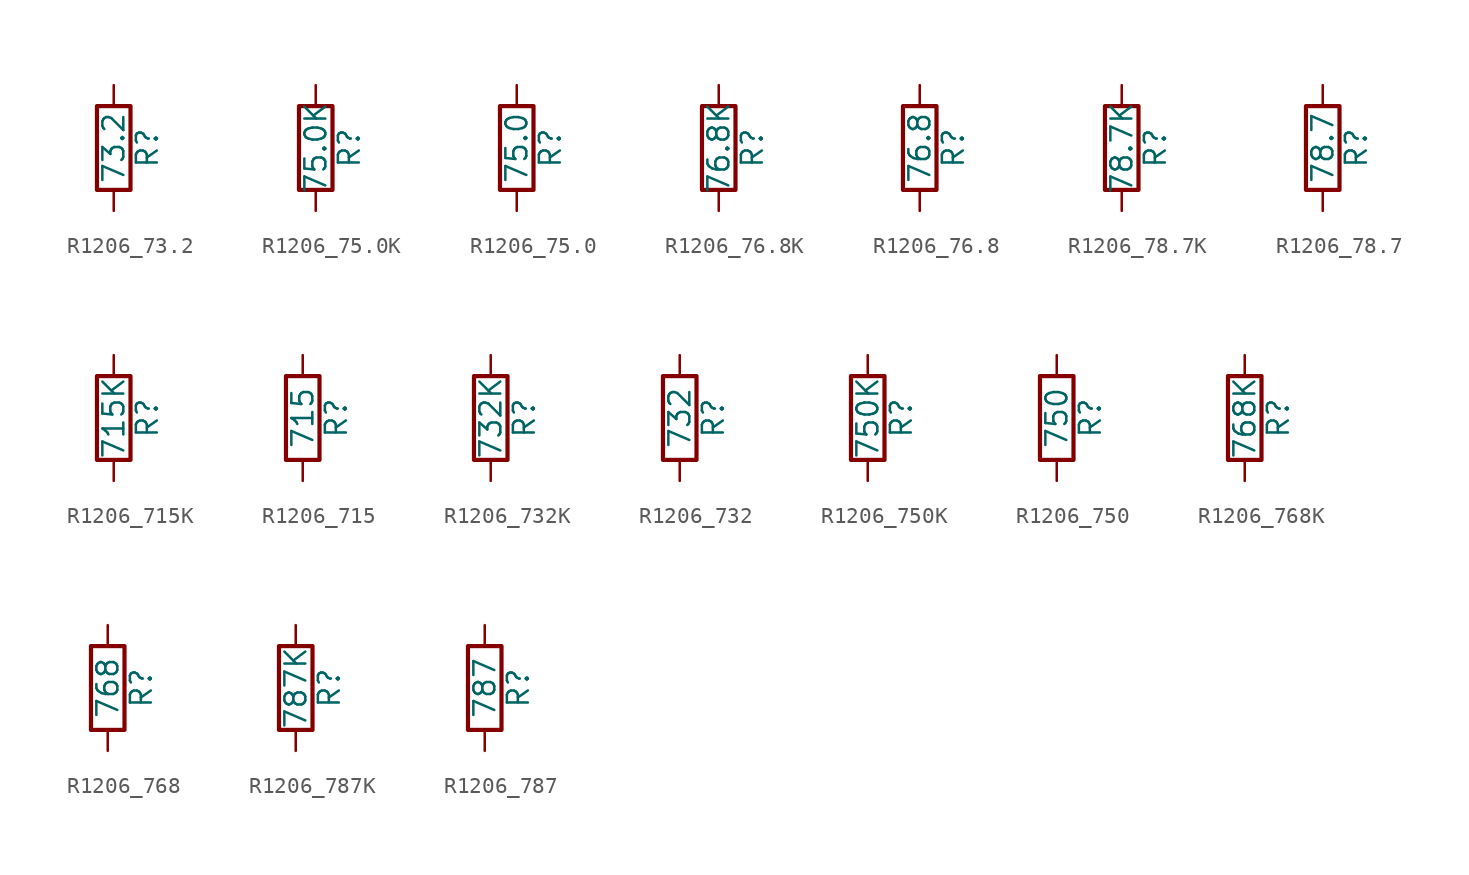
<source format=kicad_sym>
(kicad_symbol_lib
  (version 20211014)
  (generator atlantix-eda)
  (symbol "R1206_73.2"
    (pin_numbers hide)
    (pin_names
      (offset 0))
    (property "Reference" "R"
      (at 2.032 0 90)
      (effects (font (size 1.27 1.27))))
    (property "Value" "73.2"
      (at 0 0 90)
      (effects (font (size 1.27 1.27))))
    (symbol "R1206_73.2_0_1"
      (rectangle (start -1.016 -2.54) (end 1.016 2.54) (stroke (width 0.254) (type default) (color 0 0 0 0)) (fill (type none))))
    (symbol "R1206_73.2_1_1"
      (pin passive line (at 0 3.81 270) (length 1.27) (name "~" (effects (font (size 1.27 1.27)))) (number "1" (effects (font (size 1.27 1.27)))))
      (pin passive line (at 0 -3.81 90) (length 1.27) (name "~" (effects (font (size 1.27 1.27)))) (number "2" (effects (font (size 1.27 1.27)))))))
  (symbol "R1206_75.0K"
    (pin_numbers hide)
    (pin_names
      (offset 0))
    (property "Reference" "R"
      (at 2.032 0 90)
      (effects (font (size 1.27 1.27))))
    (property "Value" "75.0K"
      (at 0 0 90)
      (effects (font (size 1.27 1.27))))
    (symbol "R1206_75.0K_0_1"
      (rectangle (start -1.016 -2.54) (end 1.016 2.54) (stroke (width 0.254) (type default) (color 0 0 0 0)) (fill (type none))))
    (symbol "R1206_75.0K_1_1"
      (pin passive line (at 0 3.81 270) (length 1.27) (name "~" (effects (font (size 1.27 1.27)))) (number "1" (effects (font (size 1.27 1.27)))))
      (pin passive line (at 0 -3.81 90) (length 1.27) (name "~" (effects (font (size 1.27 1.27)))) (number "2" (effects (font (size 1.27 1.27)))))))
  (symbol "R1206_75.0"
    (pin_numbers hide)
    (pin_names
      (offset 0))
    (property "Reference" "R"
      (at 2.032 0 90)
      (effects (font (size 1.27 1.27))))
    (property "Value" "75.0"
      (at 0 0 90)
      (effects (font (size 1.27 1.27))))
    (symbol "R1206_75.0_0_1"
      (rectangle (start -1.016 -2.54) (end 1.016 2.54) (stroke (width 0.254) (type default) (color 0 0 0 0)) (fill (type none))))
    (symbol "R1206_75.0_1_1"
      (pin passive line (at 0 3.81 270) (length 1.27) (name "~" (effects (font (size 1.27 1.27)))) (number "1" (effects (font (size 1.27 1.27)))))
      (pin passive line (at 0 -3.81 90) (length 1.27) (name "~" (effects (font (size 1.27 1.27)))) (number "2" (effects (font (size 1.27 1.27)))))))
  (symbol "R1206_76.8K"
    (pin_numbers hide)
    (pin_names
      (offset 0))
    (property "Reference" "R"
      (at 2.032 0 90)
      (effects (font (size 1.27 1.27))))
    (property "Value" "76.8K"
      (at 0 0 90)
      (effects (font (size 1.27 1.27))))
    (symbol "R1206_76.8K_0_1"
      (rectangle (start -1.016 -2.54) (end 1.016 2.54) (stroke (width 0.254) (type default) (color 0 0 0 0)) (fill (type none))))
    (symbol "R1206_76.8K_1_1"
      (pin passive line (at 0 3.81 270) (length 1.27) (name "~" (effects (font (size 1.27 1.27)))) (number "1" (effects (font (size 1.27 1.27)))))
      (pin passive line (at 0 -3.81 90) (length 1.27) (name "~" (effects (font (size 1.27 1.27)))) (number "2" (effects (font (size 1.27 1.27)))))))
  (symbol "R1206_76.8"
    (pin_numbers hide)
    (pin_names
      (offset 0))
    (property "Reference" "R"
      (at 2.032 0 90)
      (effects (font (size 1.27 1.27))))
    (property "Value" "76.8"
      (at 0 0 90)
      (effects (font (size 1.27 1.27))))
    (symbol "R1206_76.8_0_1"
      (rectangle (start -1.016 -2.54) (end 1.016 2.54) (stroke (width 0.254) (type default) (color 0 0 0 0)) (fill (type none))))
    (symbol "R1206_76.8_1_1"
      (pin passive line (at 0 3.81 270) (length 1.27) (name "~" (effects (font (size 1.27 1.27)))) (number "1" (effects (font (size 1.27 1.27)))))
      (pin passive line (at 0 -3.81 90) (length 1.27) (name "~" (effects (font (size 1.27 1.27)))) (number "2" (effects (font (size 1.27 1.27)))))))
  (symbol "R1206_78.7K"
    (pin_numbers hide)
    (pin_names
      (offset 0))
    (property "Reference" "R"
      (at 2.032 0 90)
      (effects (font (size 1.27 1.27))))
    (property "Value" "78.7K"
      (at 0 0 90)
      (effects (font (size 1.27 1.27))))
    (symbol "R1206_78.7K_0_1"
      (rectangle (start -1.016 -2.54) (end 1.016 2.54) (stroke (width 0.254) (type default) (color 0 0 0 0)) (fill (type none))))
    (symbol "R1206_78.7K_1_1"
      (pin passive line (at 0 3.81 270) (length 1.27) (name "~" (effects (font (size 1.27 1.27)))) (number "1" (effects (font (size 1.27 1.27)))))
      (pin passive line (at 0 -3.81 90) (length 1.27) (name "~" (effects (font (size 1.27 1.27)))) (number "2" (effects (font (size 1.27 1.27)))))))
  (symbol "R1206_78.7"
    (pin_numbers hide)
    (pin_names
      (offset 0))
    (property "Reference" "R"
      (at 2.032 0 90)
      (effects (font (size 1.27 1.27))))
    (property "Value" "78.7"
      (at 0 0 90)
      (effects (font (size 1.27 1.27))))
    (symbol "R1206_78.7_0_1"
      (rectangle (start -1.016 -2.54) (end 1.016 2.54) (stroke (width 0.254) (type default) (color 0 0 0 0)) (fill (type none))))
    (symbol "R1206_78.7_1_1"
      (pin passive line (at 0 3.81 270) (length 1.27) (name "~" (effects (font (size 1.27 1.27)))) (number "1" (effects (font (size 1.27 1.27)))))
      (pin passive line (at 0 -3.81 90) (length 1.27) (name "~" (effects (font (size 1.27 1.27)))) (number "2" (effects (font (size 1.27 1.27)))))))
  (symbol "R1206_715K"
    (pin_numbers hide)
    (pin_names
      (offset 0))
    (property "Reference" "R"
      (at 2.032 0 90)
      (effects (font (size 1.27 1.27))))
    (property "Value" "715K"
      (at 0 0 90)
      (effects (font (size 1.27 1.27))))
    (symbol "R1206_715K_0_1"
      (rectangle (start -1.016 -2.54) (end 1.016 2.54) (stroke (width 0.254) (type default) (color 0 0 0 0)) (fill (type none))))
    (symbol "R1206_715K_1_1"
      (pin passive line (at 0 3.81 270) (length 1.27) (name "~" (effects (font (size 1.27 1.27)))) (number "1" (effects (font (size 1.27 1.27)))))
      (pin passive line (at 0 -3.81 90) (length 1.27) (name "~" (effects (font (size 1.27 1.27)))) (number "2" (effects (font (size 1.27 1.27)))))))
  (symbol "R1206_715"
    (pin_numbers hide)
    (pin_names
      (offset 0))
    (property "Reference" "R"
      (at 2.032 0 90)
      (effects (font (size 1.27 1.27))))
    (property "Value" "715"
      (at 0 0 90)
      (effects (font (size 1.27 1.27))))
    (symbol "R1206_715_0_1"
      (rectangle (start -1.016 -2.54) (end 1.016 2.54) (stroke (width 0.254) (type default) (color 0 0 0 0)) (fill (type none))))
    (symbol "R1206_715_1_1"
      (pin passive line (at 0 3.81 270) (length 1.27) (name "~" (effects (font (size 1.27 1.27)))) (number "1" (effects (font (size 1.27 1.27)))))
      (pin passive line (at 0 -3.81 90) (length 1.27) (name "~" (effects (font (size 1.27 1.27)))) (number "2" (effects (font (size 1.27 1.27)))))))
  (symbol "R1206_732K"
    (pin_numbers hide)
    (pin_names
      (offset 0))
    (property "Reference" "R"
      (at 2.032 0 90)
      (effects (font (size 1.27 1.27))))
    (property "Value" "732K"
      (at 0 0 90)
      (effects (font (size 1.27 1.27))))
    (symbol "R1206_732K_0_1"
      (rectangle (start -1.016 -2.54) (end 1.016 2.54) (stroke (width 0.254) (type default) (color 0 0 0 0)) (fill (type none))))
    (symbol "R1206_732K_1_1"
      (pin passive line (at 0 3.81 270) (length 1.27) (name "~" (effects (font (size 1.27 1.27)))) (number "1" (effects (font (size 1.27 1.27)))))
      (pin passive line (at 0 -3.81 90) (length 1.27) (name "~" (effects (font (size 1.27 1.27)))) (number "2" (effects (font (size 1.27 1.27)))))))
  (symbol "R1206_732"
    (pin_numbers hide)
    (pin_names
      (offset 0))
    (property "Reference" "R"
      (at 2.032 0 90)
      (effects (font (size 1.27 1.27))))
    (property "Value" "732"
      (at 0 0 90)
      (effects (font (size 1.27 1.27))))
    (symbol "R1206_732_0_1"
      (rectangle (start -1.016 -2.54) (end 1.016 2.54) (stroke (width 0.254) (type default) (color 0 0 0 0)) (fill (type none))))
    (symbol "R1206_732_1_1"
      (pin passive line (at 0 3.81 270) (length 1.27) (name "~" (effects (font (size 1.27 1.27)))) (number "1" (effects (font (size 1.27 1.27)))))
      (pin passive line (at 0 -3.81 90) (length 1.27) (name "~" (effects (font (size 1.27 1.27)))) (number "2" (effects (font (size 1.27 1.27)))))))
  (symbol "R1206_750K"
    (pin_numbers hide)
    (pin_names
      (offset 0))
    (property "Reference" "R"
      (at 2.032 0 90)
      (effects (font (size 1.27 1.27))))
    (property "Value" "750K"
      (at 0 0 90)
      (effects (font (size 1.27 1.27))))
    (symbol "R1206_750K_0_1"
      (rectangle (start -1.016 -2.54) (end 1.016 2.54) (stroke (width 0.254) (type default) (color 0 0 0 0)) (fill (type none))))
    (symbol "R1206_750K_1_1"
      (pin passive line (at 0 3.81 270) (length 1.27) (name "~" (effects (font (size 1.27 1.27)))) (number "1" (effects (font (size 1.27 1.27)))))
      (pin passive line (at 0 -3.81 90) (length 1.27) (name "~" (effects (font (size 1.27 1.27)))) (number "2" (effects (font (size 1.27 1.27)))))))
  (symbol "R1206_750"
    (pin_numbers hide)
    (pin_names
      (offset 0))
    (property "Reference" "R"
      (at 2.032 0 90)
      (effects (font (size 1.27 1.27))))
    (property "Value" "750"
      (at 0 0 90)
      (effects (font (size 1.27 1.27))))
    (symbol "R1206_750_0_1"
      (rectangle (start -1.016 -2.54) (end 1.016 2.54) (stroke (width 0.254) (type default) (color 0 0 0 0)) (fill (type none))))
    (symbol "R1206_750_1_1"
      (pin passive line (at 0 3.81 270) (length 1.27) (name "~" (effects (font (size 1.27 1.27)))) (number "1" (effects (font (size 1.27 1.27)))))
      (pin passive line (at 0 -3.81 90) (length 1.27) (name "~" (effects (font (size 1.27 1.27)))) (number "2" (effects (font (size 1.27 1.27)))))))
  (symbol "R1206_768K"
    (pin_numbers hide)
    (pin_names
      (offset 0))
    (property "Reference" "R"
      (at 2.032 0 90)
      (effects (font (size 1.27 1.27))))
    (property "Value" "768K"
      (at 0 0 90)
      (effects (font (size 1.27 1.27))))
    (symbol "R1206_768K_0_1"
      (rectangle (start -1.016 -2.54) (end 1.016 2.54) (stroke (width 0.254) (type default) (color 0 0 0 0)) (fill (type none))))
    (symbol "R1206_768K_1_1"
      (pin passive line (at 0 3.81 270) (length 1.27) (name "~" (effects (font (size 1.27 1.27)))) (number "1" (effects (font (size 1.27 1.27)))))
      (pin passive line (at 0 -3.81 90) (length 1.27) (name "~" (effects (font (size 1.27 1.27)))) (number "2" (effects (font (size 1.27 1.27)))))))
  (symbol "R1206_768"
    (pin_numbers hide)
    (pin_names
      (offset 0))
    (property "Reference" "R"
      (at 2.032 0 90)
      (effects (font (size 1.27 1.27))))
    (property "Value" "768"
      (at 0 0 90)
      (effects (font (size 1.27 1.27))))
    (symbol "R1206_768_0_1"
      (rectangle (start -1.016 -2.54) (end 1.016 2.54) (stroke (width 0.254) (type default) (color 0 0 0 0)) (fill (type none))))
    (symbol "R1206_768_1_1"
      (pin passive line (at 0 3.81 270) (length 1.27) (name "~" (effects (font (size 1.27 1.27)))) (number "1" (effects (font (size 1.27 1.27)))))
      (pin passive line (at 0 -3.81 90) (length 1.27) (name "~" (effects (font (size 1.27 1.27)))) (number "2" (effects (font (size 1.27 1.27)))))))
  (symbol "R1206_787K"
    (pin_numbers hide)
    (pin_names
      (offset 0))
    (property "Reference" "R"
      (at 2.032 0 90)
      (effects (font (size 1.27 1.27))))
    (property "Value" "787K"
      (at 0 0 90)
      (effects (font (size 1.27 1.27))))
    (symbol "R1206_787K_0_1"
      (rectangle (start -1.016 -2.54) (end 1.016 2.54) (stroke (width 0.254) (type default) (color 0 0 0 0)) (fill (type none))))
    (symbol "R1206_787K_1_1"
      (pin passive line (at 0 3.81 270) (length 1.27) (name "~" (effects (font (size 1.27 1.27)))) (number "1" (effects (font (size 1.27 1.27)))))
      (pin passive line (at 0 -3.81 90) (length 1.27) (name "~" (effects (font (size 1.27 1.27)))) (number "2" (effects (font (size 1.27 1.27)))))))
  (symbol "R1206_787"
    (pin_numbers hide)
    (pin_names
      (offset 0))
    (property "Reference" "R"
      (at 2.032 0 90)
      (effects (font (size 1.27 1.27))))
    (property "Value" "787"
      (at 0 0 90)
      (effects (font (size 1.27 1.27))))
    (symbol "R1206_787_0_1"
      (rectangle (start -1.016 -2.54) (end 1.016 2.54) (stroke (width 0.254) (type default) (color 0 0 0 0)) (fill (type none))))
    (symbol "R1206_787_1_1"
      (pin passive line (at 0 3.81 270) (length 1.27) (name "~" (effects (font (size 1.27 1.27)))) (number "1" (effects (font (size 1.27 1.27)))))
      (pin passive line (at 0 -3.81 90) (length 1.27) (name "~" (effects (font (size 1.27 1.27)))) (number "2" (effects (font (size 1.27 1.27))))))))
</source>
